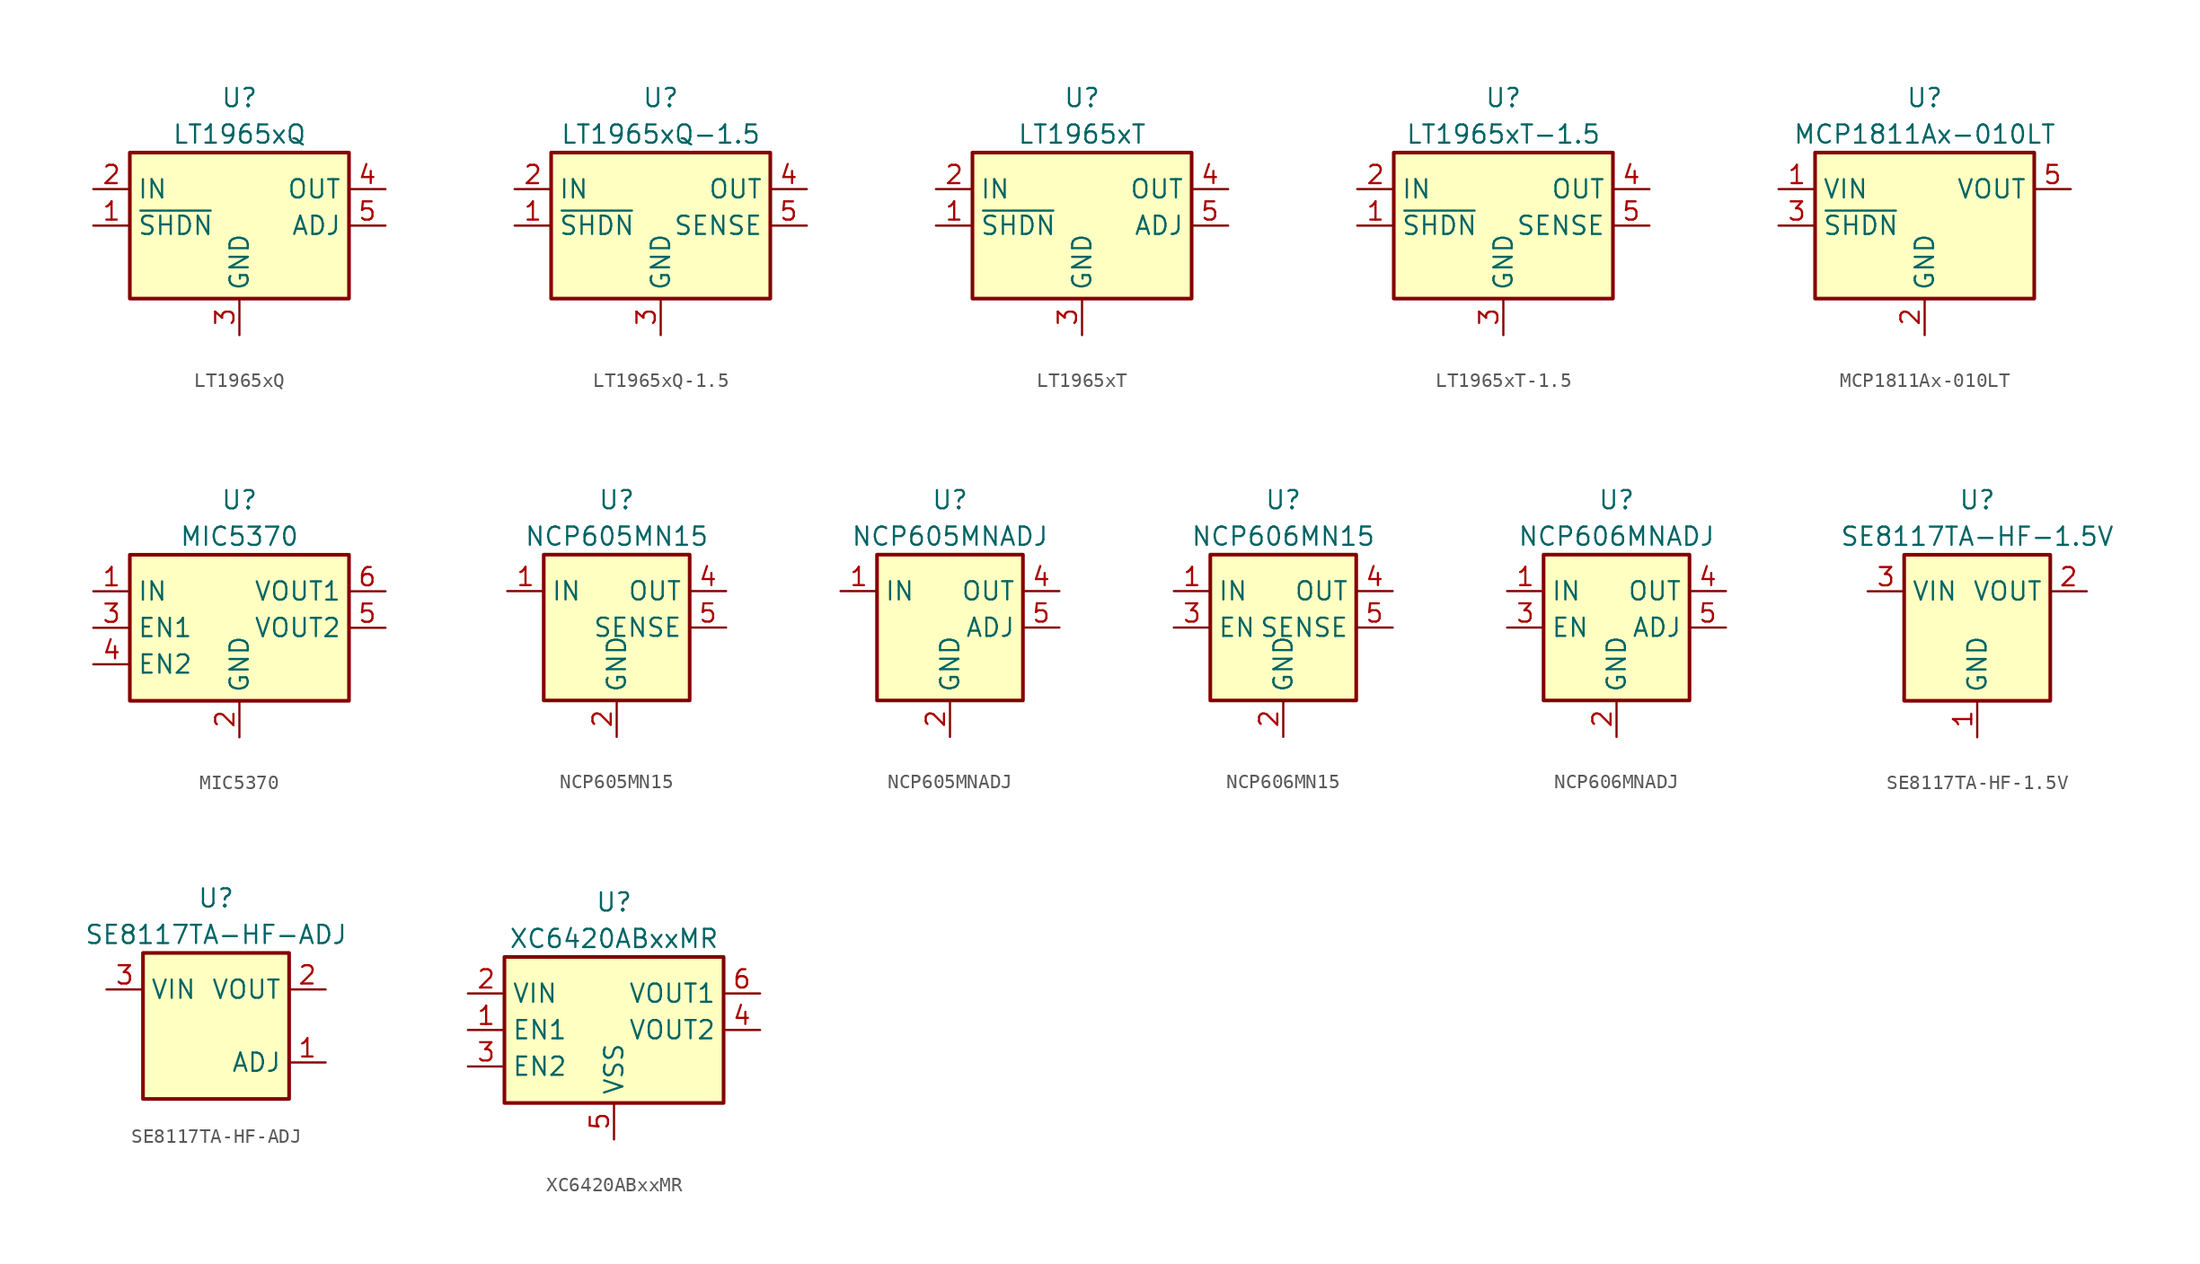
<source format=kicad_sym>
(kicad_symbol_lib
  (version 20211014)
  (generator kicad_symbol_editor)
  (symbol "LT1965xQ"
    (property "Reference" "U"
      (at 0 8.89 0)
      (effects (font (size 1.27 1.27))))
    (property "Value" "LT1965xQ"
      (at 0 6.35 0)
      (effects (font (size 1.27 1.27))))
    (symbol "LT1965xQ_0_1"
      (rectangle (start -7.62 5.08) (end 7.62 -5.08) (stroke (width 0.254) (type default) (color 0 0 0 0)) (fill (type background))))
    (symbol "LT1965xQ_1_1"
      (pin input line (at -10.16 0 0) (length 2.54) (name "~{SHDN}" (effects (font (size 1.27 1.27)))) (number "1" (effects (font (size 1.27 1.27)))))
      (pin power_in line (at -10.16 2.54 0) (length 2.54) (name "IN" (effects (font (size 1.27 1.27)))) (number "2" (effects (font (size 1.27 1.27)))))
      (pin power_in line (at 0 -7.62 90) (length 2.54) (name "GND" (effects (font (size 1.27 1.27)))) (number "3" (effects (font (size 1.27 1.27)))))
      (pin power_out line (at 10.16 2.54 180) (length 2.54) (name "OUT" (effects (font (size 1.27 1.27)))) (number "4" (effects (font (size 1.27 1.27)))))
      (pin input line (at 10.16 0 180) (length 2.54) (name "ADJ" (effects (font (size 1.27 1.27)))) (number "5" (effects (font (size 1.27 1.27)))))))
  (symbol "LT1965xQ-1.5"
    (property "Reference" "U"
      (at 0 8.89 0)
      (effects (font (size 1.27 1.27))))
    (property "Value" "LT1965xQ-1.5"
      (at 0 6.35 0)
      (effects (font (size 1.27 1.27))))
    (symbol "LT1965xQ-1.5_0_1"
      (rectangle (start -7.62 5.08) (end 7.62 -5.08) (stroke (width 0.254) (type default) (color 0 0 0 0)) (fill (type background))))
    (symbol "LT1965xQ-1.5_1_1"
      (pin input line (at -10.16 0 0) (length 2.54) (name "~{SHDN}" (effects (font (size 1.27 1.27)))) (number "1" (effects (font (size 1.27 1.27)))))
      (pin power_in line (at -10.16 2.54 0) (length 2.54) (name "IN" (effects (font (size 1.27 1.27)))) (number "2" (effects (font (size 1.27 1.27)))))
      (pin power_in line (at 0 -7.62 90) (length 2.54) (name "GND" (effects (font (size 1.27 1.27)))) (number "3" (effects (font (size 1.27 1.27)))))
      (pin power_out line (at 10.16 2.54 180) (length 2.54) (name "OUT" (effects (font (size 1.27 1.27)))) (number "4" (effects (font (size 1.27 1.27)))))
      (pin input line (at 10.16 0 180) (length 2.54) (name "SENSE" (effects (font (size 1.27 1.27)))) (number "5" (effects (font (size 1.27 1.27)))))))
  (symbol "LT1965xT"
    (property "Reference" "U"
      (at 0 8.89 0)
      (effects (font (size 1.27 1.27))))
    (property "Value" "LT1965xT"
      (at 0 6.35 0)
      (effects (font (size 1.27 1.27))))
    (symbol "LT1965xT_0_1"
      (rectangle (start -7.62 5.08) (end 7.62 -5.08) (stroke (width 0.254) (type default) (color 0 0 0 0)) (fill (type background))))
    (symbol "LT1965xT_1_1"
      (pin input line (at -10.16 0 0) (length 2.54) (name "~{SHDN}" (effects (font (size 1.27 1.27)))) (number "1" (effects (font (size 1.27 1.27)))))
      (pin power_in line (at -10.16 2.54 0) (length 2.54) (name "IN" (effects (font (size 1.27 1.27)))) (number "2" (effects (font (size 1.27 1.27)))))
      (pin power_in line (at 0 -7.62 90) (length 2.54) (name "GND" (effects (font (size 1.27 1.27)))) (number "3" (effects (font (size 1.27 1.27)))))
      (pin power_out line (at 10.16 2.54 180) (length 2.54) (name "OUT" (effects (font (size 1.27 1.27)))) (number "4" (effects (font (size 1.27 1.27)))))
      (pin input line (at 10.16 0 180) (length 2.54) (name "ADJ" (effects (font (size 1.27 1.27)))) (number "5" (effects (font (size 1.27 1.27)))))))
  (symbol "LT1965xT-1.5"
    (property "Reference" "U"
      (at 0 8.89 0)
      (effects (font (size 1.27 1.27))))
    (property "Value" "LT1965xT-1.5"
      (at 0 6.35 0)
      (effects (font (size 1.27 1.27))))
    (symbol "LT1965xT-1.5_0_1"
      (rectangle (start -7.62 5.08) (end 7.62 -5.08) (stroke (width 0.254) (type default) (color 0 0 0 0)) (fill (type background))))
    (symbol "LT1965xT-1.5_1_1"
      (pin input line (at -10.16 0 0) (length 2.54) (name "~{SHDN}" (effects (font (size 1.27 1.27)))) (number "1" (effects (font (size 1.27 1.27)))))
      (pin power_in line (at -10.16 2.54 0) (length 2.54) (name "IN" (effects (font (size 1.27 1.27)))) (number "2" (effects (font (size 1.27 1.27)))))
      (pin power_in line (at 0 -7.62 90) (length 2.54) (name "GND" (effects (font (size 1.27 1.27)))) (number "3" (effects (font (size 1.27 1.27)))))
      (pin power_out line (at 10.16 2.54 180) (length 2.54) (name "OUT" (effects (font (size 1.27 1.27)))) (number "4" (effects (font (size 1.27 1.27)))))
      (pin input line (at 10.16 0 180) (length 2.54) (name "SENSE" (effects (font (size 1.27 1.27)))) (number "5" (effects (font (size 1.27 1.27)))))))
  (symbol "MCP1811Ax-010LT"
    (property "Reference" "U"
      (at 0 8.89 0)
      (effects (font (size 1.27 1.27))))
    (property "Value" "MCP1811Ax-010LT"
      (at 0 6.35 0)
      (effects (font (size 1.27 1.27))))
    (symbol "MCP1811Ax-010LT_1_1"
      (rectangle (start -7.62 5.08) (end 7.62 -5.08) (stroke (width 0.254) (type default) (color 0 0 0 0)) (fill (type background)))
      (pin power_in line (at -10.16 2.54 0) (length 2.54) (name "VIN" (effects (font (size 1.27 1.27)))) (number "1" (effects (font (size 1.27 1.27)))))
      (pin power_in line (at 0 -7.62 90) (length 2.54) (name "GND" (effects (font (size 1.27 1.27)))) (number "2" (effects (font (size 1.27 1.27)))))
      (pin input line (at -10.16 0 0) (length 2.54) (name "~{SHDN}" (effects (font (size 1.27 1.27)))) (number "3" (effects (font (size 1.27 1.27)))))
      (pin no_connect line (at 7.62 0 180) (length 2.54) hide (name "NC" (effects (font (size 1.27 1.27)))) (number "4" (effects (font (size 1.27 1.27)))))
      (pin power_out line (at 10.16 2.54 180) (length 2.54) (name "VOUT" (effects (font (size 1.27 1.27)))) (number "5" (effects (font (size 1.27 1.27)))))))
  (symbol "MIC5370"
    (property "Reference" "U"
      (at 0 8.89 0)
      (effects (font (size 1.27 1.27))))
    (property "Value" "MIC5370"
      (at 0 6.35 0)
      (effects (font (size 1.27 1.27))))
    (symbol "MIC5370_0_1"
      (rectangle (start -7.62 5.08) (end 7.62 -5.08) (stroke (width 0.254) (type default) (color 0 0 0 0)) (fill (type background))))
    (symbol "MIC5370_1_1"
      (pin power_in line (at -10.16 2.54 0) (length 2.54) (name "IN" (effects (font (size 1.27 1.27)))) (number "1" (effects (font (size 1.27 1.27)))))
      (pin power_in line (at 0 -7.62 90) (length 2.54) (name "GND" (effects (font (size 1.27 1.27)))) (number "2" (effects (font (size 1.27 1.27)))))
      (pin input line (at -10.16 0 0) (length 2.54) (name "EN1" (effects (font (size 1.27 1.27)))) (number "3" (effects (font (size 1.27 1.27)))))
      (pin input line (at -10.16 -2.54 0) (length 2.54) (name "EN2" (effects (font (size 1.27 1.27)))) (number "4" (effects (font (size 1.27 1.27)))))
      (pin power_out line (at 10.16 0 180) (length 2.54) (name "VOUT2" (effects (font (size 1.27 1.27)))) (number "5" (effects (font (size 1.27 1.27)))))
      (pin power_out line (at 10.16 2.54 180) (length 2.54) (name "VOUT1" (effects (font (size 1.27 1.27)))) (number "6" (effects (font (size 1.27 1.27)))))
      (pin passive line (at 0 -7.62 90) (length 2.54) hide (name "GND" (effects (font (size 1.27 1.27)))) (number "7" (effects (font (size 1.27 1.27)))))))
  (symbol "NCP605MN15"
    (property "Reference" "U"
      (at 0 8.89 0)
      (effects (font (size 1.27 1.27))))
    (property "Value" "NCP605MN15"
      (at 0 6.35 0)
      (effects (font (size 1.27 1.27))))
    (symbol "NCP605MN15_0_1"
      (rectangle (start -5.08 5.08) (end 5.08 -5.08) (stroke (width 0.254) (type default) (color 0 0 0 0)) (fill (type background))))
    (symbol "NCP605MN15_1_1"
      (pin power_in line (at -7.62 2.54 0) (length 2.54) (name "IN" (effects (font (size 1.27 1.27)))) (number "1" (effects (font (size 1.27 1.27)))))
      (pin power_in line (at 0 -7.62 90) (length 2.54) (name "GND" (effects (font (size 1.27 1.27)))) (number "2" (effects (font (size 1.27 1.27)))))
      (pin no_connect line (at -5.08 0 0) (length 2.54) hide (name "NC" (effects (font (size 1.27 1.27)))) (number "3" (effects (font (size 1.27 1.27)))))
      (pin power_out line (at 7.62 2.54 180) (length 2.54) (name "OUT" (effects (font (size 1.27 1.27)))) (number "4" (effects (font (size 1.27 1.27)))))
      (pin input line (at 7.62 0 180) (length 2.54) (name "SENSE" (effects (font (size 1.27 1.27)))) (number "5" (effects (font (size 1.27 1.27)))))
      (pin passive line (at -7.62 2.54 0) (length 2.54) hide (name "IN" (effects (font (size 1.27 1.27)))) (number "6" (effects (font (size 1.27 1.27)))))
      (pin passive line (at 0 -7.62 90) (length 2.54) hide (name "GND" (effects (font (size 1.27 1.27)))) (number "7" (effects (font (size 1.27 1.27)))))))
  (symbol "NCP605MNADJ"
    (property "Reference" "U"
      (at 0 8.89 0)
      (effects (font (size 1.27 1.27))))
    (property "Value" "NCP605MNADJ"
      (at 0 6.35 0)
      (effects (font (size 1.27 1.27))))
    (symbol "NCP605MNADJ_0_1"
      (rectangle (start -5.08 5.08) (end 5.08 -5.08) (stroke (width 0.254) (type default) (color 0 0 0 0)) (fill (type background))))
    (symbol "NCP605MNADJ_1_1"
      (pin power_in line (at -7.62 2.54 0) (length 2.54) (name "IN" (effects (font (size 1.27 1.27)))) (number "1" (effects (font (size 1.27 1.27)))))
      (pin power_in line (at 0 -7.62 90) (length 2.54) (name "GND" (effects (font (size 1.27 1.27)))) (number "2" (effects (font (size 1.27 1.27)))))
      (pin no_connect line (at -5.08 0 0) (length 2.54) hide (name "NC" (effects (font (size 1.27 1.27)))) (number "3" (effects (font (size 1.27 1.27)))))
      (pin power_out line (at 7.62 2.54 180) (length 2.54) (name "OUT" (effects (font (size 1.27 1.27)))) (number "4" (effects (font (size 1.27 1.27)))))
      (pin input line (at 7.62 0 180) (length 2.54) (name "ADJ" (effects (font (size 1.27 1.27)))) (number "5" (effects (font (size 1.27 1.27)))))
      (pin passive line (at -7.62 2.54 0) (length 2.54) hide (name "IN" (effects (font (size 1.27 1.27)))) (number "6" (effects (font (size 1.27 1.27)))))
      (pin passive line (at 0 -7.62 90) (length 2.54) hide (name "GND" (effects (font (size 1.27 1.27)))) (number "7" (effects (font (size 1.27 1.27)))))))
  (symbol "NCP606MN15"
    (property "Reference" "U"
      (at 0 8.89 0)
      (effects (font (size 1.27 1.27))))
    (property "Value" "NCP606MN15"
      (at 0 6.35 0)
      (effects (font (size 1.27 1.27))))
    (symbol "NCP606MN15_0_1"
      (rectangle (start -5.08 5.08) (end 5.08 -5.08) (stroke (width 0.254) (type default) (color 0 0 0 0)) (fill (type background))))
    (symbol "NCP606MN15_1_1"
      (pin power_in line (at -7.62 2.54 0) (length 2.54) (name "IN" (effects (font (size 1.27 1.27)))) (number "1" (effects (font (size 1.27 1.27)))))
      (pin power_in line (at 0 -7.62 90) (length 2.54) (name "GND" (effects (font (size 1.27 1.27)))) (number "2" (effects (font (size 1.27 1.27)))))
      (pin input line (at -7.62 0 0) (length 2.54) (name "EN" (effects (font (size 1.27 1.27)))) (number "3" (effects (font (size 1.27 1.27)))))
      (pin power_out line (at 7.62 2.54 180) (length 2.54) (name "OUT" (effects (font (size 1.27 1.27)))) (number "4" (effects (font (size 1.27 1.27)))))
      (pin input line (at 7.62 0 180) (length 2.54) (name "SENSE" (effects (font (size 1.27 1.27)))) (number "5" (effects (font (size 1.27 1.27)))))
      (pin passive line (at -7.62 2.54 0) (length 2.54) hide (name "IN" (effects (font (size 1.27 1.27)))) (number "6" (effects (font (size 1.27 1.27)))))
      (pin passive line (at 0 -7.62 90) (length 2.54) hide (name "GND" (effects (font (size 1.27 1.27)))) (number "7" (effects (font (size 1.27 1.27)))))))
  (symbol "NCP606MNADJ"
    (property "Reference" "U"
      (at 0 8.89 0)
      (effects (font (size 1.27 1.27))))
    (property "Value" "NCP606MNADJ"
      (at 0 6.35 0)
      (effects (font (size 1.27 1.27))))
    (symbol "NCP606MNADJ_0_1"
      (rectangle (start -5.08 5.08) (end 5.08 -5.08) (stroke (width 0.254) (type default) (color 0 0 0 0)) (fill (type background))))
    (symbol "NCP606MNADJ_1_1"
      (pin power_in line (at -7.62 2.54 0) (length 2.54) (name "IN" (effects (font (size 1.27 1.27)))) (number "1" (effects (font (size 1.27 1.27)))))
      (pin power_in line (at 0 -7.62 90) (length 2.54) (name "GND" (effects (font (size 1.27 1.27)))) (number "2" (effects (font (size 1.27 1.27)))))
      (pin input line (at -7.62 0 0) (length 2.54) (name "EN" (effects (font (size 1.27 1.27)))) (number "3" (effects (font (size 1.27 1.27)))))
      (pin power_out line (at 7.62 2.54 180) (length 2.54) (name "OUT" (effects (font (size 1.27 1.27)))) (number "4" (effects (font (size 1.27 1.27)))))
      (pin input line (at 7.62 0 180) (length 2.54) (name "ADJ" (effects (font (size 1.27 1.27)))) (number "5" (effects (font (size 1.27 1.27)))))
      (pin passive line (at -7.62 2.54 0) (length 2.54) hide (name "IN" (effects (font (size 1.27 1.27)))) (number "6" (effects (font (size 1.27 1.27)))))
      (pin passive line (at 0 -7.62 90) (length 2.54) hide (name "GND" (effects (font (size 1.27 1.27)))) (number "7" (effects (font (size 1.27 1.27)))))))
  (symbol "SE8117TA-HF-1.5V"
    (property "Reference" "U"
      (at 0 8.89 0)
      (effects (font (size 1.27 1.27))))
    (property "Value" "SE8117TA-HF-1.5V"
      (at 0 6.35 0)
      (effects (font (size 1.27 1.27))))
    (symbol "SE8117TA-HF-1.5V_1_1"
      (rectangle (start -5.08 5.08) (end 5.08 -5.08) (stroke (width 0.254) (type default) (color 0 0 0 0)) (fill (type background)))
      (pin power_in line (at 0 -7.62 90) (length 2.54) (name "GND" (effects (font (size 1.27 1.27)))) (number "1" (effects (font (size 1.27 1.27)))))
      (pin power_out line (at 7.62 2.54 180) (length 2.54) (name "VOUT" (effects (font (size 1.27 1.27)))) (number "2" (effects (font (size 1.27 1.27)))))
      (pin power_in line (at -7.62 2.54 0) (length 2.54) (name "VIN" (effects (font (size 1.27 1.27)))) (number "3" (effects (font (size 1.27 1.27)))))
      (pin passive line (at 7.62 2.54 180) (length 2.54) hide (name "VOUT" (effects (font (size 1.27 1.27)))) (number "4" (effects (font (size 1.27 1.27)))))))
  (symbol "SE8117TA-HF-ADJ"
    (property "Reference" "U"
      (at 0 8.89 0)
      (effects (font (size 1.27 1.27))))
    (property "Value" "SE8117TA-HF-ADJ"
      (at 0 6.35 0)
      (effects (font (size 1.27 1.27))))
    (symbol "SE8117TA-HF-ADJ_1_1"
      (rectangle (start -5.08 5.08) (end 5.08 -5.08) (stroke (width 0.254) (type default) (color 0 0 0 0)) (fill (type background)))
      (pin input line (at 7.62 -2.54 180) (length 2.54) (name "ADJ" (effects (font (size 1.27 1.27)))) (number "1" (effects (font (size 1.27 1.27)))))
      (pin power_out line (at 7.62 2.54 180) (length 2.54) (name "VOUT" (effects (font (size 1.27 1.27)))) (number "2" (effects (font (size 1.27 1.27)))))
      (pin power_in line (at -7.62 2.54 0) (length 2.54) (name "VIN" (effects (font (size 1.27 1.27)))) (number "3" (effects (font (size 1.27 1.27)))))
      (pin passive line (at 7.62 2.54 180) (length 2.54) hide (name "VOUT" (effects (font (size 1.27 1.27)))) (number "4" (effects (font (size 1.27 1.27)))))))
  (symbol "XC6420ABxxMR"
    (property "Reference" "U"
      (at 0 8.89 0)
      (effects (font (size 1.27 1.27))))
    (property "Value" "XC6420ABxxMR"
      (at 0 6.35 0)
      (effects (font (size 1.27 1.27))))
    (symbol "XC6420ABxxMR_0_1"
      (rectangle (start -7.62 5.08) (end 7.62 -5.08) (stroke (width 0.254) (type default) (color 0 0 0 0)) (fill (type background))))
    (symbol "XC6420ABxxMR_1_1"
      (pin input line (at -10.16 0 0) (length 2.54) (name "EN1" (effects (font (size 1.27 1.27)))) (number "1" (effects (font (size 1.27 1.27)))))
      (pin power_in line (at -10.16 2.54 0) (length 2.54) (name "VIN" (effects (font (size 1.27 1.27)))) (number "2" (effects (font (size 1.27 1.27)))))
      (pin input line (at -10.16 -2.54 0) (length 2.54) (name "EN2" (effects (font (size 1.27 1.27)))) (number "3" (effects (font (size 1.27 1.27)))))
      (pin power_out line (at 10.16 0 180) (length 2.54) (name "VOUT2" (effects (font (size 1.27 1.27)))) (number "4" (effects (font (size 1.27 1.27)))))
      (pin power_in line (at 0 -7.62 90) (length 2.54) (name "VSS" (effects (font (size 1.27 1.27)))) (number "5" (effects (font (size 1.27 1.27)))))
      (pin power_out line (at 10.16 2.54 180) (length 2.54) (name "VOUT1" (effects (font (size 1.27 1.27)))) (number "6" (effects (font (size 1.27 1.27))))))))
</source>
